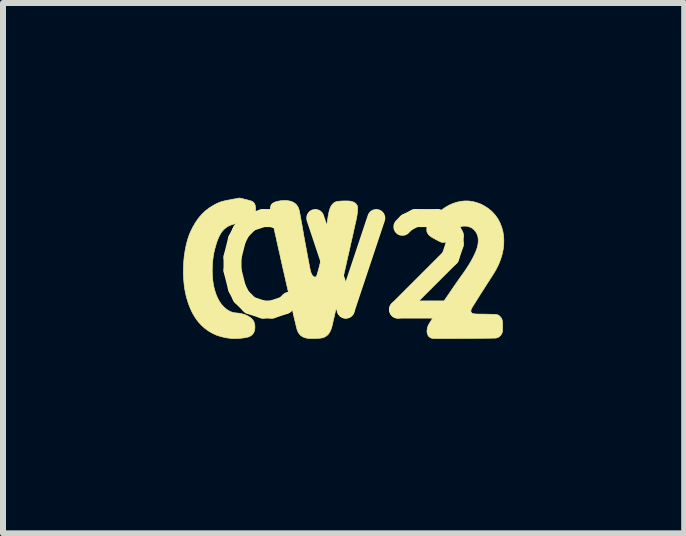
<source format=kicad_pcb>
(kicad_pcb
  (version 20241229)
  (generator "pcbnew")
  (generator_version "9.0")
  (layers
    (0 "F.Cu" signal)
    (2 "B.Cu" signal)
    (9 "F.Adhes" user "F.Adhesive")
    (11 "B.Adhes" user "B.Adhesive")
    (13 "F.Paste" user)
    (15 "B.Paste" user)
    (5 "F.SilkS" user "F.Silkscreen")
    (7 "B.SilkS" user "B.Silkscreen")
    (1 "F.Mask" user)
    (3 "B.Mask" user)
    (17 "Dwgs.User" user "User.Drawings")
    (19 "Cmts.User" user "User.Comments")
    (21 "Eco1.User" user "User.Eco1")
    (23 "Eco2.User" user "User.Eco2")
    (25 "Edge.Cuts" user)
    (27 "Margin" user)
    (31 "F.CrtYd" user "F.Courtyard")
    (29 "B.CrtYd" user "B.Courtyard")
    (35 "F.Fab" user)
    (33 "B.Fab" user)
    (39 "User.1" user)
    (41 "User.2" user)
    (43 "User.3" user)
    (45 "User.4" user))
  (footprint "CV2"
    (layer "F.Cu")
    (at 2.675 1.418)
    (property "Reference" "CV2" (at 0 0 0) (layer "F.SilkS") (effects (font (size 1.524 1.524) (thickness 0.3))))
    (attr through_hole)
    (fp_poly (pts (xy -1.633 -1.145) (xy -1.594 -1.135) (xy -1.562 -1.126) (xy -1.539 -1.119) (xy -1.523 -1.113) (xy -1.517 -1.109) (xy -1.497 -1.092) (xy -1.482 -1.071) (xy -1.472 -1.043) (xy -1.467 -1.009) (xy -1.466 -0.985) (xy -1.469 -0.94) (xy -1.476 -0.898) (xy -1.488 -0.862) (xy -1.504 -0.832) (xy -1.522 -0.81) (xy -1.539 -0.796) (xy -1.558 -0.785) (xy -1.579 -0.776) (xy -1.604 -0.768) (xy -1.634 -0.762) (xy -1.671 -0.757) (xy -1.688 -0.756) (xy -1.744 -0.749) (xy -1.792 -0.741) (xy -1.834 -0.732) (xy -1.87 -0.721) (xy -1.903 -0.708) (xy -1.932 -0.693) (xy -1.959 -0.675) (xy -1.96 -0.675) (xy -1.99 -0.649) (xy -2.018 -0.619) (xy -2.044 -0.584) (xy -2.067 -0.543) (xy -2.089 -0.496) (xy -2.11 -0.442) (xy -2.129 -0.38) (xy -2.135 -0.36) (xy -2.15 -0.304) (xy -2.162 -0.251) (xy -2.171 -0.199) (xy -2.178 -0.144) (xy -2.184 -0.084) (xy -2.186 -0.055) (xy -2.189 0.037) (xy -2.186 0.124) (xy -2.179 0.208) (xy -2.167 0.288) (xy -2.149 0.362) (xy -2.127 0.432) (xy -2.1 0.496) (xy -2.069 0.554) (xy -2.033 0.605) (xy -1.993 0.649) (xy -1.953 0.683) (xy -1.916 0.708) (xy -1.879 0.726) (xy -1.843 0.738) (xy -1.803 0.745) (xy -1.787 0.746) (xy -1.732 0.752) (xy -1.681 0.763) (xy -1.634 0.778) (xy -1.592 0.798) (xy -1.556 0.821) (xy -1.526 0.847) (xy -1.503 0.877) (xy -1.496 0.889) (xy -1.484 0.923) (xy -1.478 0.961) (xy -1.478 1) (xy -1.483 1.038) (xy -1.49 1.058) (xy -1.503 1.084) (xy -1.523 1.108) (xy -1.548 1.128) (xy -1.573 1.142) (xy -1.6 1.15) (xy -1.634 1.157) (xy -1.672 1.163) (xy -1.714 1.168) (xy -1.757 1.171) (xy -1.8 1.173) (xy -1.84 1.173) (xy -1.874 1.171) (xy -1.959 1.16) (xy -2.037 1.142) (xy -2.111 1.119) (xy -2.18 1.088) (xy -2.245 1.051) (xy -2.308 1.006) (xy -2.311 1.004) (xy -2.37 0.951) (xy -2.424 0.891) (xy -2.473 0.824) (xy -2.517 0.75) (xy -2.555 0.669) (xy -2.589 0.581) (xy -2.618 0.485) (xy -2.623 0.466) (xy -2.642 0.378) (xy -2.656 0.285) (xy -2.665 0.189) (xy -2.67 0.091) (xy -2.669 -0.008) (xy -2.664 -0.107) (xy -2.655 -0.204) (xy -2.64 -0.299) (xy -2.622 -0.39) (xy -2.599 -0.476) (xy -2.572 -0.556) (xy -2.552 -0.604) (xy -2.51 -0.689) (xy -2.464 -0.767) (xy -2.414 -0.838) (xy -2.359 -0.901) (xy -2.299 -0.958) (xy -2.234 -1.007) (xy -2.164 -1.05) (xy -2.138 -1.064) (xy -2.112 -1.077) (xy -2.088 -1.088) (xy -2.066 -1.097) (xy -2.044 -1.105) (xy -2.02 -1.112) (xy -1.994 -1.119) (xy -1.963 -1.126) (xy -1.927 -1.133) (xy -1.884 -1.141) (xy -1.873 -1.144) (xy -1.733 -1.169) (xy -1.633 -1.145)) (stroke (width 0.01) (type solid)) (fill yes) (layer "F.SilkS"))
    (fp_poly (pts (xy -0.936 -1.125) (xy -0.893 -1.118) (xy -0.856 -1.106) (xy -0.823 -1.088) (xy -0.794 -1.065) (xy -0.793 -1.064) (xy -0.772 -1.039) (xy -0.755 -1.01) (xy -0.743 -0.976) (xy -0.736 -0.948) (xy -0.732 -0.925) (xy -0.726 -0.896) (xy -0.72 -0.862) (xy -0.713 -0.825) (xy -0.706 -0.786) (xy -0.699 -0.748) (xy -0.692 -0.711) (xy -0.687 -0.678) (xy -0.683 -0.657) (xy -0.678 -0.629) (xy -0.672 -0.595) (xy -0.666 -0.557) (xy -0.658 -0.514) (xy -0.65 -0.469) (xy -0.641 -0.421) (xy -0.632 -0.371) (xy -0.622 -0.321) (xy -0.613 -0.271) (xy -0.604 -0.221) (xy -0.595 -0.174) (xy -0.586 -0.128) (xy -0.578 -0.086) (xy -0.571 -0.049) (xy -0.565 -0.016) (xy -0.559 0.012) (xy -0.555 0.033) (xy -0.552 0.046) (xy -0.551 0.05) (xy -0.54 0.083) (xy -0.527 0.109) (xy -0.512 0.129) (xy -0.497 0.142) (xy -0.482 0.148) (xy -0.467 0.146) (xy -0.465 0.145) (xy -0.459 0.141) (xy -0.455 0.136) (xy -0.45 0.128) (xy -0.445 0.116) (xy -0.439 0.099) (xy -0.433 0.076) (xy -0.424 0.047) (xy -0.419 0.026) (xy -0.41 -0.006) (xy -0.402 -0.037) (xy -0.395 -0.067) (xy -0.387 -0.097) (xy -0.381 -0.128) (xy -0.374 -0.16) (xy -0.367 -0.195) (xy -0.36 -0.233) (xy -0.352 -0.274) (xy -0.344 -0.319) (xy -0.336 -0.37) (xy -0.327 -0.427) (xy -0.317 -0.49) (xy -0.306 -0.56) (xy -0.294 -0.637) (xy -0.284 -0.696) (xy -0.276 -0.748) (xy -0.269 -0.792) (xy -0.263 -0.83) (xy -0.258 -0.862) (xy -0.253 -0.889) (xy -0.249 -0.911) (xy -0.245 -0.93) (xy -0.241 -0.947) (xy -0.237 -0.961) (xy -0.234 -0.974) (xy -0.23 -0.986) (xy -0.229 -0.987) (xy -0.214 -1.024) (xy -0.194 -1.055) (xy -0.171 -1.081) (xy -0.145 -1.099) (xy -0.122 -1.108) (xy -0.1 -1.112) (xy -0.072 -1.116) (xy -0.039 -1.118) (xy -0.003 -1.12) (xy 0.033 -1.12) (xy 0.067 -1.12) (xy 0.097 -1.118) (xy 0.119 -1.115) (xy 0.156 -1.105) (xy 0.186 -1.09) (xy 0.209 -1.07) (xy 0.225 -1.046) (xy 0.232 -1.023) (xy 0.234 -1.003) (xy 0.234 -0.976) (xy 0.232 -0.943) (xy 0.227 -0.905) (xy 0.221 -0.863) (xy 0.218 -0.847) (xy 0.217 -0.838) (xy 0.213 -0.822) (xy 0.208 -0.797) (xy 0.201 -0.766) (xy 0.192 -0.727) (xy 0.182 -0.683) (xy 0.171 -0.634) (xy 0.159 -0.579) (xy 0.146 -0.52) (xy 0.131 -0.457) (xy 0.116 -0.39) (xy 0.101 -0.32) (xy 0.084 -0.247) (xy 0.067 -0.173) (xy 0.05 -0.097) (xy 0.033 -0.02) (xy 0.015 0.058) (xy -0.003 0.135) (xy -0.02 0.212) (xy -0.037 0.289) (xy -0.054 0.363) (xy -0.071 0.436) (xy -0.087 0.507) (xy -0.102 0.574) (xy -0.117 0.638) (xy -0.131 0.698) (xy -0.144 0.754) (xy -0.155 0.804) (xy -0.166 0.85) (xy -0.175 0.889) (xy -0.182 0.922) (xy -0.188 0.947) (xy -0.193 0.966) (xy -0.195 0.976) (xy -0.195 0.977) (xy -0.211 1.025) (xy -0.229 1.064) (xy -0.251 1.096) (xy -0.265 1.112) (xy -0.285 1.128) (xy -0.305 1.142) (xy -0.326 1.152) (xy -0.35 1.16) (xy -0.377 1.165) (xy -0.411 1.169) (xy -0.45 1.171) (xy -0.482 1.171) (xy -0.51 1.172) (xy -0.536 1.172) (xy -0.559 1.172) (xy -0.576 1.171) (xy -0.586 1.171) (xy -0.587 1.171) (xy -0.63 1.163) (xy -0.666 1.151) (xy -0.697 1.134) (xy -0.719 1.117) (xy -0.741 1.093) (xy -0.759 1.064) (xy -0.774 1.028) (xy -0.781 1.002) (xy -0.785 0.987) (xy -0.791 0.964) (xy -0.798 0.933) (xy -0.807 0.896) (xy -0.817 0.852) (xy -0.829 0.803) (xy -0.841 0.748) (xy -0.855 0.688) (xy -0.87 0.624) (xy -0.885 0.556) (xy -0.901 0.485) (xy -0.918 0.411) (xy -0.935 0.334) (xy -0.953 0.256) (xy -0.971 0.176) (xy -0.989 0.096) (xy -1.008 0.015) (xy -1.026 -0.066) (xy -1.044 -0.146) (xy -1.061 -0.224) (xy -1.079 -0.302) (xy -1.096 -0.377) (xy -1.112 -0.449) (xy -1.127 -0.518) (xy -1.142 -0.583) (xy -1.155 -0.645) (xy -1.168 -0.701) (xy -1.179 -0.752) (xy -1.189 -0.798) (xy -1.198 -0.838) (xy -1.205 -0.87) (xy -1.21 -0.896) (xy -1.214 -0.914) (xy -1.215 -0.921) (xy -1.221 -0.964) (xy -1.221 -0.999) (xy -1.216 -1.029) (xy -1.206 -1.054) (xy -1.199 -1.066) (xy -1.182 -1.081) (xy -1.157 -1.095) (xy -1.127 -1.107) (xy -1.09 -1.116) (xy -1.05 -1.123) (xy -1.006 -1.126) (xy -0.985 -1.127) (xy -0.936 -1.125)) (stroke (width 0.01) (type solid)) (fill yes) (layer "F.SilkS"))
    (fp_poly (pts (xy 2.085 -1.119) (xy 2.151 -1.11) (xy 2.218 -1.093) (xy 2.283 -1.069) (xy 2.345 -1.037) (xy 2.404 -0.999) (xy 2.459 -0.955) (xy 2.484 -0.931) (xy 2.532 -0.877) (xy 2.573 -0.818) (xy 2.606 -0.755) (xy 2.633 -0.687) (xy 2.653 -0.617) (xy 2.665 -0.544) (xy 2.67 -0.468) (xy 2.668 -0.391) (xy 2.659 -0.312) (xy 2.642 -0.232) (xy 2.618 -0.152) (xy 2.587 -0.071) (xy 2.548 0.008) (xy 2.535 0.032) (xy 2.526 0.047) (xy 2.514 0.068) (xy 2.498 0.093) (xy 2.481 0.121) (xy 2.463 0.149) (xy 2.45 0.169) (xy 2.418 0.219) (xy 2.386 0.269) (xy 2.354 0.319) (xy 2.323 0.368) (xy 2.292 0.415) (xy 2.264 0.46) (xy 2.237 0.503) (xy 2.212 0.542) (xy 2.19 0.578) (xy 2.17 0.609) (xy 2.154 0.635) (xy 2.142 0.655) (xy 2.134 0.669) (xy 2.13 0.676) (xy 2.122 0.699) (xy 2.12 0.718) (xy 2.126 0.733) (xy 2.129 0.737) (xy 2.134 0.744) (xy 2.139 0.749) (xy 2.145 0.753) (xy 2.152 0.756) (xy 2.163 0.759) (xy 2.176 0.761) (xy 2.194 0.762) (xy 2.217 0.764) (xy 2.245 0.765) (xy 2.28 0.765) (xy 2.322 0.766) (xy 2.356 0.766) (xy 2.405 0.767) (xy 2.446 0.768) (xy 2.479 0.769) (xy 2.507 0.77) (xy 2.529 0.771) (xy 2.547 0.774) (xy 2.561 0.776) (xy 2.572 0.78) (xy 2.582 0.785) (xy 2.59 0.791) (xy 2.598 0.798) (xy 2.607 0.806) (xy 2.608 0.808) (xy 2.621 0.822) (xy 2.631 0.836) (xy 2.638 0.852) (xy 2.643 0.871) (xy 2.647 0.894) (xy 2.649 0.922) (xy 2.649 0.958) (xy 2.649 0.972) (xy 2.649 1.002) (xy 2.649 1.025) (xy 2.648 1.042) (xy 2.647 1.055) (xy 2.645 1.065) (xy 2.642 1.075) (xy 2.64 1.08) (xy 2.624 1.11) (xy 2.602 1.135) (xy 2.575 1.153) (xy 2.543 1.164) (xy 2.54 1.164) (xy 2.532 1.165) (xy 2.515 1.166) (xy 2.49 1.166) (xy 2.457 1.167) (xy 2.417 1.168) (xy 2.369 1.168) (xy 2.314 1.169) (xy 2.253 1.169) (xy 2.185 1.17) (xy 2.111 1.171) (xy 2.031 1.171) (xy 1.999 1.171) (xy 1.919 1.171) (xy 1.848 1.172) (xy 1.784 1.172) (xy 1.728 1.172) (xy 1.678 1.172) (xy 1.635 1.172) (xy 1.598 1.172) (xy 1.567 1.172) (xy 1.541 1.172) (xy 1.52 1.171) (xy 1.502 1.171) (xy 1.489 1.17) (xy 1.479 1.17) (xy 1.472 1.169) (xy 1.467 1.168) (xy 1.466 1.167) (xy 1.44 1.155) (xy 1.42 1.139) (xy 1.405 1.117) (xy 1.395 1.088) (xy 1.392 1.077) (xy 1.389 1.055) (xy 1.391 1.028) (xy 1.396 0.999) (xy 1.403 0.971) (xy 1.408 0.959) (xy 1.413 0.948) (xy 1.423 0.931) (xy 1.437 0.908) (xy 1.455 0.879) (xy 1.477 0.845) (xy 1.501 0.807) (xy 1.529 0.765) (xy 1.559 0.72) (xy 1.59 0.672) (xy 1.623 0.622) (xy 1.658 0.57) (xy 1.693 0.518) (xy 1.729 0.465) (xy 1.765 0.413) (xy 1.8 0.361) (xy 1.835 0.31) (xy 1.869 0.261) (xy 1.901 0.215) (xy 1.931 0.172) (xy 1.959 0.132) (xy 1.985 0.097) (xy 2.032 0.03) (xy 2.075 -0.037) (xy 2.115 -0.102) (xy 2.15 -0.165) (xy 2.18 -0.225) (xy 2.205 -0.282) (xy 2.224 -0.334) (xy 2.234 -0.372) (xy 2.24 -0.406) (xy 2.243 -0.442) (xy 2.243 -0.479) (xy 2.24 -0.513) (xy 2.236 -0.53) (xy 2.221 -0.573) (xy 2.199 -0.61) (xy 2.171 -0.642) (xy 2.139 -0.668) (xy 2.101 -0.686) (xy 2.06 -0.698) (xy 2.021 -0.701) (xy 1.991 -0.7) (xy 1.963 -0.695) (xy 1.936 -0.685) (xy 1.913 -0.674) (xy 1.876 -0.65) (xy 1.84 -0.62) (xy 1.806 -0.584) (xy 1.776 -0.543) (xy 1.751 -0.501) (xy 1.736 -0.474) (xy 1.721 -0.454) (xy 1.706 -0.44) (xy 1.69 -0.432) (xy 1.67 -0.429) (xy 1.66 -0.429) (xy 1.65 -0.429) (xy 1.64 -0.43) (xy 1.631 -0.432) (xy 1.621 -0.435) (xy 1.607 -0.441) (xy 1.591 -0.449) (xy 1.569 -0.46) (xy 1.541 -0.475) (xy 1.534 -0.479) (xy 1.497 -0.499) (xy 1.468 -0.516) (xy 1.445 -0.532) (xy 1.427 -0.547) (xy 1.413 -0.562) (xy 1.402 -0.579) (xy 1.399 -0.583) (xy 1.393 -0.595) (xy 1.389 -0.606) (xy 1.387 -0.619) (xy 1.386 -0.635) (xy 1.386 -0.646) (xy 1.386 -0.666) (xy 1.388 -0.681) (xy 1.391 -0.693) (xy 1.397 -0.707) (xy 1.4 -0.714) (xy 1.414 -0.737) (xy 1.433 -0.765) (xy 1.457 -0.796) (xy 1.484 -0.828) (xy 1.514 -0.861) (xy 1.545 -0.893) (xy 1.576 -0.923) (xy 1.606 -0.949) (xy 1.627 -0.966) (xy 1.693 -1.012) (xy 1.758 -1.05) (xy 1.824 -1.079) (xy 1.891 -1.1) (xy 1.959 -1.114) (xy 2.019 -1.12) (xy 2.085 -1.119)) (stroke (width 0.01) (type solid)) (fill yes) (layer "F.SilkS")))
  (gr_rect
    (start -3 -3)
    (end 8.35 5.836)
    (stroke (width 0.1) (type default))
    (fill no)
    (layer "Edge.Cuts")))
</source>
